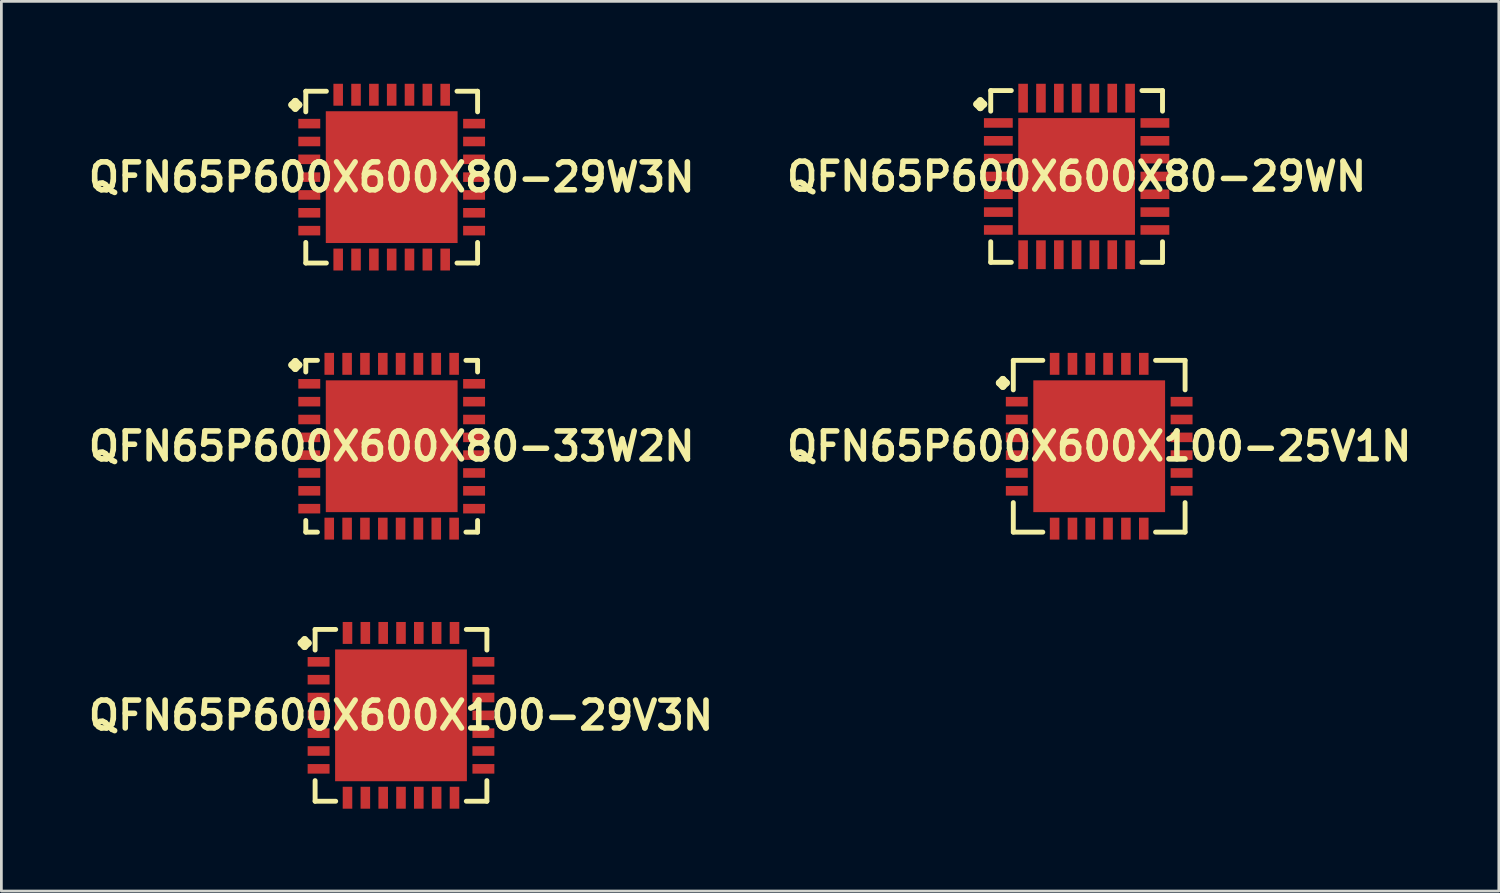
<source format=kicad_pcb>
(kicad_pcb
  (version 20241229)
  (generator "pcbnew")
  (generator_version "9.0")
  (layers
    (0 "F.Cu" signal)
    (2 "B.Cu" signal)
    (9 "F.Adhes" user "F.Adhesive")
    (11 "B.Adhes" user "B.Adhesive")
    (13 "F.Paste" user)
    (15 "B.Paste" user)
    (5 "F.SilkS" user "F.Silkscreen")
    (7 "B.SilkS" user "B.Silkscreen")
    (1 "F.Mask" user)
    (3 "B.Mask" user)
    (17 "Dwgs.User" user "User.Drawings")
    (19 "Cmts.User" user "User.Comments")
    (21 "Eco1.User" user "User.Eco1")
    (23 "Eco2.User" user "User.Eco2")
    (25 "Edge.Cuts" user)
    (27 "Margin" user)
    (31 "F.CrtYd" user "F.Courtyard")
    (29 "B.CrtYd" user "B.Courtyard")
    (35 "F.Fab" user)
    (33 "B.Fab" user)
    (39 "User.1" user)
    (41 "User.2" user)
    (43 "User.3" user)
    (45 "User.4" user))
  (footprint "QFN65P600X600X80-29W3N"
    (layer "F.Cu")
    (at 11.21 3.399)
    (property "Reference" "QFN65P600X600X80-29W3N" (at 0 0 0) (layer "F.SilkS") (effects (font (size 1.016 1.016) (thickness 0.203))))
    (attr smd)
    (fp_line (start -3.635 -2.631) (end -3.508 -2.758) (stroke (width 0.254) (type solid)) (layer "F.SilkS"))
    (fp_line (start -3.508 -2.758) (end -3.381 -2.631) (stroke (width 0.254) (type solid)) (layer "F.SilkS"))
    (fp_line (start -3.508 -2.504) (end -3.635 -2.631) (stroke (width 0.254) (type solid)) (layer "F.SilkS"))
    (fp_line (start -3.381 -2.631) (end -3.508 -2.504) (stroke (width 0.254) (type solid)) (layer "F.SilkS"))
    (fp_line (start -3.127 -3.127) (end -2.377 -3.127) (stroke (width 0.178) (type solid)) (layer "F.SilkS"))
    (fp_line (start -3.127 -2.377) (end -3.127 -3.127) (stroke (width 0.178) (type solid)) (layer "F.SilkS"))
    (fp_line (start -3.127 2.377) (end -3.127 3.127) (stroke (width 0.178) (type solid)) (layer "F.SilkS"))
    (fp_line (start -3.127 3.127) (end -2.377 3.127) (stroke (width 0.178) (type solid)) (layer "F.SilkS"))
    (fp_line (start 2.377 -3.127) (end 3.127 -3.127) (stroke (width 0.178) (type solid)) (layer "F.SilkS"))
    (fp_line (start 2.377 3.127) (end 3.127 3.127) (stroke (width 0.178) (type solid)) (layer "F.SilkS"))
    (fp_line (start 3.127 -3.127) (end 3.127 -2.377) (stroke (width 0.178) (type solid)) (layer "F.SilkS"))
    (fp_line (start 3.127 3.127) (end 3.127 2.377) (stroke (width 0.178) (type solid)) (layer "F.SilkS"))
    (pad "1" smd rect (at -3 -1.948) (size 0.798 0.348) (layers "F.Cu" "F.Mask" "F.Paste"))
    (pad "2" smd rect (at -3 -1.298) (size 0.798 0.348) (layers "F.Cu" "F.Mask" "F.Paste"))
    (pad "3" smd rect (at -3 -0.648) (size 0.798 0.348) (layers "F.Cu" "F.Mask" "F.Paste"))
    (pad "4" smd rect (at -3 0) (size 0.798 0.348) (layers "F.Cu" "F.Mask" "F.Paste"))
    (pad "5" smd rect (at -3 0.648) (size 0.798 0.348) (layers "F.Cu" "F.Mask" "F.Paste"))
    (pad "6" smd rect (at -3 1.298) (size 0.798 0.348) (layers "F.Cu" "F.Mask" "F.Paste"))
    (pad "7" smd rect (at -3 1.948) (size 0.798 0.348) (layers "F.Cu" "F.Mask" "F.Paste"))
    (pad "8" smd rect (at -1.948 3) (size 0.348 0.798) (layers "F.Cu" "F.Mask" "F.Paste"))
    (pad "9" smd rect (at -1.298 3) (size 0.348 0.798) (layers "F.Cu" "F.Mask" "F.Paste"))
    (pad "10" smd rect (at -0.648 3) (size 0.348 0.798) (layers "F.Cu" "F.Mask" "F.Paste"))
    (pad "11" smd rect (at 0 3) (size 0.348 0.798) (layers "F.Cu" "F.Mask" "F.Paste"))
    (pad "12" smd rect (at 0.648 3) (size 0.348 0.798) (layers "F.Cu" "F.Mask" "F.Paste"))
    (pad "13" smd rect (at 1.298 3) (size 0.348 0.798) (layers "F.Cu" "F.Mask" "F.Paste"))
    (pad "14" smd rect (at 1.948 3) (size 0.348 0.798) (layers "F.Cu" "F.Mask" "F.Paste"))
    (pad "15" smd rect (at 3 1.948) (size 0.798 0.348) (layers "F.Cu" "F.Mask" "F.Paste"))
    (pad "16" smd rect (at 3 1.298) (size 0.798 0.348) (layers "F.Cu" "F.Mask" "F.Paste"))
    (pad "17" smd rect (at 3 0.648) (size 0.798 0.348) (layers "F.Cu" "F.Mask" "F.Paste"))
    (pad "18" smd rect (at 3 0) (size 0.798 0.348) (layers "F.Cu" "F.Mask" "F.Paste"))
    (pad "19" smd rect (at 3 -0.648) (size 0.798 0.348) (layers "F.Cu" "F.Mask" "F.Paste"))
    (pad "20" smd rect (at 3 -1.298) (size 0.798 0.348) (layers "F.Cu" "F.Mask" "F.Paste"))
    (pad "21" smd rect (at 3 -1.948) (size 0.798 0.348) (layers "F.Cu" "F.Mask" "F.Paste"))
    (pad "22" smd rect (at 1.948 -3) (size 0.348 0.798) (layers "F.Cu" "F.Mask" "F.Paste"))
    (pad "23" smd rect (at 1.298 -3) (size 0.348 0.798) (layers "F.Cu" "F.Mask" "F.Paste"))
    (pad "24" smd rect (at 0.648 -3) (size 0.348 0.798) (layers "F.Cu" "F.Mask" "F.Paste"))
    (pad "25" smd rect (at 0 -3) (size 0.348 0.798) (layers "F.Cu" "F.Mask" "F.Paste"))
    (pad "26" smd rect (at -0.648 -3) (size 0.348 0.798) (layers "F.Cu" "F.Mask" "F.Paste"))
    (pad "27" smd rect (at -1.298 -3) (size 0.348 0.798) (layers "F.Cu" "F.Mask" "F.Paste"))
    (pad "28" smd rect (at -1.948 -3) (size 0.348 0.798) (layers "F.Cu" "F.Mask" "F.Paste"))
    (pad "29" smd rect (at 0 0) (size 4.798 4.798) (layers "F.Cu" "F.Mask" "F.Paste")))
  (footprint "QFN65P600X600X80-33W2N"
    (layer "F.Cu")
    (at 11.21 13.196)
    (property "Reference" "QFN65P600X600X80-33W2N" (at 0 0 0) (layer "F.SilkS") (effects (font (size 1.016 1.016) (thickness 0.203))))
    (attr smd)
    (fp_line (start -3.635 -2.957) (end -3.508 -3.084) (stroke (width 0.254) (type solid)) (layer "F.SilkS"))
    (fp_line (start -3.508 -3.084) (end -3.381 -2.957) (stroke (width 0.254) (type solid)) (layer "F.SilkS"))
    (fp_line (start -3.508 -2.83) (end -3.635 -2.957) (stroke (width 0.254) (type solid)) (layer "F.SilkS"))
    (fp_line (start -3.381 -2.957) (end -3.508 -2.83) (stroke (width 0.254) (type solid)) (layer "F.SilkS"))
    (fp_line (start -3.127 -3.127) (end -2.703 -3.127) (stroke (width 0.178) (type solid)) (layer "F.SilkS"))
    (fp_line (start -3.127 -2.703) (end -3.127 -3.127) (stroke (width 0.178) (type solid)) (layer "F.SilkS"))
    (fp_line (start -3.127 2.703) (end -3.127 3.127) (stroke (width 0.178) (type solid)) (layer "F.SilkS"))
    (fp_line (start -3.127 3.127) (end -2.703 3.127) (stroke (width 0.178) (type solid)) (layer "F.SilkS"))
    (fp_line (start 2.703 -3.127) (end 3.127 -3.127) (stroke (width 0.178) (type solid)) (layer "F.SilkS"))
    (fp_line (start 2.703 3.127) (end 3.127 3.127) (stroke (width 0.178) (type solid)) (layer "F.SilkS"))
    (fp_line (start 3.127 -3.127) (end 3.127 -2.703) (stroke (width 0.178) (type solid)) (layer "F.SilkS"))
    (fp_line (start 3.127 3.127) (end 3.127 2.703) (stroke (width 0.178) (type solid)) (layer "F.SilkS"))
    (pad "1" smd rect (at -3 -2.273) (size 0.798 0.348) (layers "F.Cu" "F.Mask" "F.Paste"))
    (pad "2" smd rect (at -3 -1.623) (size 0.798 0.348) (layers "F.Cu" "F.Mask" "F.Paste"))
    (pad "3" smd rect (at -3 -0.973) (size 0.798 0.348) (layers "F.Cu" "F.Mask" "F.Paste"))
    (pad "4" smd rect (at -3 -0.323) (size 0.798 0.348) (layers "F.Cu" "F.Mask" "F.Paste"))
    (pad "5" smd rect (at -3 0.323) (size 0.798 0.348) (layers "F.Cu" "F.Mask" "F.Paste"))
    (pad "6" smd rect (at -3 0.973) (size 0.798 0.348) (layers "F.Cu" "F.Mask" "F.Paste"))
    (pad "7" smd rect (at -3 1.623) (size 0.798 0.348) (layers "F.Cu" "F.Mask" "F.Paste"))
    (pad "8" smd rect (at -3 2.273) (size 0.798 0.348) (layers "F.Cu" "F.Mask" "F.Paste"))
    (pad "9" smd rect (at -2.273 3) (size 0.348 0.798) (layers "F.Cu" "F.Mask" "F.Paste"))
    (pad "10" smd rect (at -1.623 3) (size 0.348 0.798) (layers "F.Cu" "F.Mask" "F.Paste"))
    (pad "11" smd rect (at -0.973 3) (size 0.348 0.798) (layers "F.Cu" "F.Mask" "F.Paste"))
    (pad "12" smd rect (at -0.323 3) (size 0.348 0.798) (layers "F.Cu" "F.Mask" "F.Paste"))
    (pad "13" smd rect (at 0.323 3) (size 0.348 0.798) (layers "F.Cu" "F.Mask" "F.Paste"))
    (pad "14" smd rect (at 0.973 3) (size 0.348 0.798) (layers "F.Cu" "F.Mask" "F.Paste"))
    (pad "15" smd rect (at 1.623 3) (size 0.348 0.798) (layers "F.Cu" "F.Mask" "F.Paste"))
    (pad "16" smd rect (at 2.273 3) (size 0.348 0.798) (layers "F.Cu" "F.Mask" "F.Paste"))
    (pad "17" smd rect (at 3 2.273) (size 0.798 0.348) (layers "F.Cu" "F.Mask" "F.Paste"))
    (pad "18" smd rect (at 3 1.623) (size 0.798 0.348) (layers "F.Cu" "F.Mask" "F.Paste"))
    (pad "19" smd rect (at 3 0.973) (size 0.798 0.348) (layers "F.Cu" "F.Mask" "F.Paste"))
    (pad "20" smd rect (at 3 0.323) (size 0.798 0.348) (layers "F.Cu" "F.Mask" "F.Paste"))
    (pad "21" smd rect (at 3 -0.323) (size 0.798 0.348) (layers "F.Cu" "F.Mask" "F.Paste"))
    (pad "22" smd rect (at 3 -0.973) (size 0.798 0.348) (layers "F.Cu" "F.Mask" "F.Paste"))
    (pad "23" smd rect (at 3 -1.623) (size 0.798 0.348) (layers "F.Cu" "F.Mask" "F.Paste"))
    (pad "24" smd rect (at 3 -2.273) (size 0.798 0.348) (layers "F.Cu" "F.Mask" "F.Paste"))
    (pad "25" smd rect (at 2.273 -3) (size 0.348 0.798) (layers "F.Cu" "F.Mask" "F.Paste"))
    (pad "26" smd rect (at 1.623 -3) (size 0.348 0.798) (layers "F.Cu" "F.Mask" "F.Paste"))
    (pad "27" smd rect (at 0.973 -3) (size 0.348 0.798) (layers "F.Cu" "F.Mask" "F.Paste"))
    (pad "28" smd rect (at 0.323 -3) (size 0.348 0.798) (layers "F.Cu" "F.Mask" "F.Paste"))
    (pad "29" smd rect (at -0.323 -3) (size 0.348 0.798) (layers "F.Cu" "F.Mask" "F.Paste"))
    (pad "30" smd rect (at -0.973 -3) (size 0.348 0.798) (layers "F.Cu" "F.Mask" "F.Paste"))
    (pad "31" smd rect (at -1.623 -3) (size 0.348 0.798) (layers "F.Cu" "F.Mask" "F.Paste"))
    (pad "32" smd rect (at -2.273 -3) (size 0.348 0.798) (layers "F.Cu" "F.Mask" "F.Paste"))
    (pad "33" smd rect (at 0 0) (size 4.798 4.798) (layers "F.Cu" "F.Mask" "F.Paste")))
  (footprint "QFN65P600X600X80-29WN"
    (layer "F.Cu")
    (at 36.146 3.374)
    (property "Reference" "QFN65P600X600X80-29WN" (at 0 0 0) (layer "F.SilkS") (effects (font (size 1.016 1.016) (thickness 0.203))))
    (attr smd)
    (fp_line (start -3.635 -2.631) (end -3.508 -2.758) (stroke (width 0.254) (type solid)) (layer "F.SilkS"))
    (fp_line (start -3.508 -2.758) (end -3.381 -2.631) (stroke (width 0.254) (type solid)) (layer "F.SilkS"))
    (fp_line (start -3.508 -2.504) (end -3.635 -2.631) (stroke (width 0.254) (type solid)) (layer "F.SilkS"))
    (fp_line (start -3.381 -2.631) (end -3.508 -2.504) (stroke (width 0.254) (type solid)) (layer "F.SilkS"))
    (fp_line (start -3.127 -3.127) (end -2.377 -3.127) (stroke (width 0.178) (type solid)) (layer "F.SilkS"))
    (fp_line (start -3.127 -2.377) (end -3.127 -3.127) (stroke (width 0.178) (type solid)) (layer "F.SilkS"))
    (fp_line (start -3.127 2.377) (end -3.127 3.127) (stroke (width 0.178) (type solid)) (layer "F.SilkS"))
    (fp_line (start -3.127 3.127) (end -2.377 3.127) (stroke (width 0.178) (type solid)) (layer "F.SilkS"))
    (fp_line (start 2.377 -3.127) (end 3.127 -3.127) (stroke (width 0.178) (type solid)) (layer "F.SilkS"))
    (fp_line (start 2.377 3.127) (end 3.127 3.127) (stroke (width 0.178) (type solid)) (layer "F.SilkS"))
    (fp_line (start 3.127 -3.127) (end 3.127 -2.377) (stroke (width 0.178) (type solid)) (layer "F.SilkS"))
    (fp_line (start 3.127 3.127) (end 3.127 2.377) (stroke (width 0.178) (type solid)) (layer "F.SilkS"))
    (pad "1" smd rect (at -2.85 -1.948) (size 1.049 0.348) (layers "F.Cu" "F.Mask" "F.Paste"))
    (pad "2" smd rect (at -2.85 -1.298) (size 1.049 0.348) (layers "F.Cu" "F.Mask" "F.Paste"))
    (pad "3" smd rect (at -2.85 -0.648) (size 1.049 0.348) (layers "F.Cu" "F.Mask" "F.Paste"))
    (pad "4" smd rect (at -2.85 0) (size 1.049 0.348) (layers "F.Cu" "F.Mask" "F.Paste"))
    (pad "5" smd rect (at -2.85 0.648) (size 1.049 0.348) (layers "F.Cu" "F.Mask" "F.Paste"))
    (pad "6" smd rect (at -2.85 1.298) (size 1.049 0.348) (layers "F.Cu" "F.Mask" "F.Paste"))
    (pad "7" smd rect (at -2.85 1.948) (size 1.049 0.348) (layers "F.Cu" "F.Mask" "F.Paste"))
    (pad "8" smd rect (at -1.948 2.85) (size 0.348 1.049) (layers "F.Cu" "F.Mask" "F.Paste"))
    (pad "9" smd rect (at -1.298 2.85) (size 0.348 1.049) (layers "F.Cu" "F.Mask" "F.Paste"))
    (pad "10" smd rect (at -0.648 2.85) (size 0.348 1.049) (layers "F.Cu" "F.Mask" "F.Paste"))
    (pad "11" smd rect (at 0 2.85) (size 0.348 1.049) (layers "F.Cu" "F.Mask" "F.Paste"))
    (pad "12" smd rect (at 0.648 2.85) (size 0.348 1.049) (layers "F.Cu" "F.Mask" "F.Paste"))
    (pad "13" smd rect (at 1.298 2.85) (size 0.348 1.049) (layers "F.Cu" "F.Mask" "F.Paste"))
    (pad "14" smd rect (at 1.948 2.85) (size 0.348 1.049) (layers "F.Cu" "F.Mask" "F.Paste"))
    (pad "15" smd rect (at 2.85 1.948) (size 1.049 0.348) (layers "F.Cu" "F.Mask" "F.Paste"))
    (pad "16" smd rect (at 2.85 1.298) (size 1.049 0.348) (layers "F.Cu" "F.Mask" "F.Paste"))
    (pad "17" smd rect (at 2.85 0.648) (size 1.049 0.348) (layers "F.Cu" "F.Mask" "F.Paste"))
    (pad "18" smd rect (at 2.85 0) (size 1.049 0.348) (layers "F.Cu" "F.Mask" "F.Paste"))
    (pad "19" smd rect (at 2.85 -0.648) (size 1.049 0.348) (layers "F.Cu" "F.Mask" "F.Paste"))
    (pad "20" smd rect (at 2.85 -1.298) (size 1.049 0.348) (layers "F.Cu" "F.Mask" "F.Paste"))
    (pad "21" smd rect (at 2.85 -1.948) (size 1.049 0.348) (layers "F.Cu" "F.Mask" "F.Paste"))
    (pad "22" smd rect (at 1.948 -2.85) (size 0.348 1.049) (layers "F.Cu" "F.Mask" "F.Paste"))
    (pad "23" smd rect (at 1.298 -2.85) (size 0.348 1.049) (layers "F.Cu" "F.Mask" "F.Paste"))
    (pad "24" smd rect (at 0.648 -2.85) (size 0.348 1.049) (layers "F.Cu" "F.Mask" "F.Paste"))
    (pad "25" smd rect (at 0 -2.85) (size 0.348 1.049) (layers "F.Cu" "F.Mask" "F.Paste"))
    (pad "26" smd rect (at -0.648 -2.85) (size 0.348 1.049) (layers "F.Cu" "F.Mask" "F.Paste"))
    (pad "27" smd rect (at -1.298 -2.85) (size 0.348 1.049) (layers "F.Cu" "F.Mask" "F.Paste"))
    (pad "28" smd rect (at -1.948 -2.85) (size 0.348 1.049) (layers "F.Cu" "F.Mask" "F.Paste"))
    (pad "29" smd rect (at 0 0) (size 4.249 4.249) (layers "F.Cu" "F.Mask" "F.Paste")))
  (footprint "QFN65P600X600X100-25V1N"
    (layer "F.Cu")
    (at 36.968 13.196)
    (property "Reference" "QFN65P600X600X100-25V1N" (at 0 0 0) (layer "F.SilkS") (effects (font (size 1.016 1.016) (thickness 0.203))))
    (attr smd)
    (fp_line (start -3.635 -2.306) (end -3.508 -2.433) (stroke (width 0.254) (type solid)) (layer "F.SilkS"))
    (fp_line (start -3.508 -2.433) (end -3.381 -2.306) (stroke (width 0.254) (type solid)) (layer "F.SilkS"))
    (fp_line (start -3.508 -2.179) (end -3.635 -2.306) (stroke (width 0.254) (type solid)) (layer "F.SilkS"))
    (fp_line (start -3.381 -2.306) (end -3.508 -2.179) (stroke (width 0.254) (type solid)) (layer "F.SilkS"))
    (fp_line (start -3.127 -3.127) (end -2.052 -3.127) (stroke (width 0.178) (type solid)) (layer "F.SilkS"))
    (fp_line (start -3.127 -2.052) (end -3.127 -3.127) (stroke (width 0.178) (type solid)) (layer "F.SilkS"))
    (fp_line (start -3.127 2.052) (end -3.127 3.127) (stroke (width 0.178) (type solid)) (layer "F.SilkS"))
    (fp_line (start -3.127 3.127) (end -2.052 3.127) (stroke (width 0.178) (type solid)) (layer "F.SilkS"))
    (fp_line (start 2.052 -3.127) (end 3.127 -3.127) (stroke (width 0.178) (type solid)) (layer "F.SilkS"))
    (fp_line (start 2.052 3.127) (end 3.127 3.127) (stroke (width 0.178) (type solid)) (layer "F.SilkS"))
    (fp_line (start 3.127 -3.127) (end 3.127 -2.052) (stroke (width 0.178) (type solid)) (layer "F.SilkS"))
    (fp_line (start 3.127 3.127) (end 3.127 2.052) (stroke (width 0.178) (type solid)) (layer "F.SilkS"))
    (pad "1" smd rect (at -3 -1.623) (size 0.798 0.348) (layers "F.Cu" "F.Mask" "F.Paste"))
    (pad "2" smd rect (at -3 -0.973) (size 0.798 0.348) (layers "F.Cu" "F.Mask" "F.Paste"))
    (pad "3" smd rect (at -3 -0.323) (size 0.798 0.348) (layers "F.Cu" "F.Mask" "F.Paste"))
    (pad "4" smd rect (at -3 0.323) (size 0.798 0.348) (layers "F.Cu" "F.Mask" "F.Paste"))
    (pad "5" smd rect (at -3 0.973) (size 0.798 0.348) (layers "F.Cu" "F.Mask" "F.Paste"))
    (pad "6" smd rect (at -3 1.623) (size 0.798 0.348) (layers "F.Cu" "F.Mask" "F.Paste"))
    (pad "7" smd rect (at -1.623 3) (size 0.348 0.798) (layers "F.Cu" "F.Mask" "F.Paste"))
    (pad "8" smd rect (at -0.973 3) (size 0.348 0.798) (layers "F.Cu" "F.Mask" "F.Paste"))
    (pad "9" smd rect (at -0.323 3) (size 0.348 0.798) (layers "F.Cu" "F.Mask" "F.Paste"))
    (pad "10" smd rect (at 0.323 3) (size 0.348 0.798) (layers "F.Cu" "F.Mask" "F.Paste"))
    (pad "11" smd rect (at 0.973 3) (size 0.348 0.798) (layers "F.Cu" "F.Mask" "F.Paste"))
    (pad "12" smd rect (at 1.623 3) (size 0.348 0.798) (layers "F.Cu" "F.Mask" "F.Paste"))
    (pad "13" smd rect (at 3 1.623) (size 0.798 0.348) (layers "F.Cu" "F.Mask" "F.Paste"))
    (pad "14" smd rect (at 3 0.973) (size 0.798 0.348) (layers "F.Cu" "F.Mask" "F.Paste"))
    (pad "15" smd rect (at 3 0.323) (size 0.798 0.348) (layers "F.Cu" "F.Mask" "F.Paste"))
    (pad "16" smd rect (at 3 -0.323) (size 0.798 0.348) (layers "F.Cu" "F.Mask" "F.Paste"))
    (pad "17" smd rect (at 3 -0.973) (size 0.798 0.348) (layers "F.Cu" "F.Mask" "F.Paste"))
    (pad "18" smd rect (at 3 -1.623) (size 0.798 0.348) (layers "F.Cu" "F.Mask" "F.Paste"))
    (pad "19" smd rect (at 1.623 -3) (size 0.348 0.798) (layers "F.Cu" "F.Mask" "F.Paste"))
    (pad "20" smd rect (at 0.973 -3) (size 0.348 0.798) (layers "F.Cu" "F.Mask" "F.Paste"))
    (pad "21" smd rect (at 0.323 -3) (size 0.348 0.798) (layers "F.Cu" "F.Mask" "F.Paste"))
    (pad "22" smd rect (at -0.323 -3) (size 0.348 0.798) (layers "F.Cu" "F.Mask" "F.Paste"))
    (pad "23" smd rect (at -0.973 -3) (size 0.348 0.798) (layers "F.Cu" "F.Mask" "F.Paste"))
    (pad "24" smd rect (at -1.623 -3) (size 0.348 0.798) (layers "F.Cu" "F.Mask" "F.Paste"))
    (pad "25" smd rect (at 0 0) (size 4.798 4.798) (layers "F.Cu" "F.Mask" "F.Paste")))
  (footprint "QFN65P600X600X100-29V3N"
    (layer "F.Cu")
    (at 11.549 22.993)
    (property "Reference" "QFN65P600X600X100-29V3N" (at 0 0 0) (layer "F.SilkS") (effects (font (size 1.016 1.016) (thickness 0.203))))
    (attr smd)
    (fp_line (start -3.635 -2.631) (end -3.508 -2.758) (stroke (width 0.254) (type solid)) (layer "F.SilkS"))
    (fp_line (start -3.508 -2.758) (end -3.381 -2.631) (stroke (width 0.254) (type solid)) (layer "F.SilkS"))
    (fp_line (start -3.508 -2.504) (end -3.635 -2.631) (stroke (width 0.254) (type solid)) (layer "F.SilkS"))
    (fp_line (start -3.381 -2.631) (end -3.508 -2.504) (stroke (width 0.254) (type solid)) (layer "F.SilkS"))
    (fp_line (start -3.127 -3.127) (end -2.377 -3.127) (stroke (width 0.178) (type solid)) (layer "F.SilkS"))
    (fp_line (start -3.127 -2.377) (end -3.127 -3.127) (stroke (width 0.178) (type solid)) (layer "F.SilkS"))
    (fp_line (start -3.127 2.377) (end -3.127 3.127) (stroke (width 0.178) (type solid)) (layer "F.SilkS"))
    (fp_line (start -3.127 3.127) (end -2.377 3.127) (stroke (width 0.178) (type solid)) (layer "F.SilkS"))
    (fp_line (start 2.377 -3.127) (end 3.127 -3.127) (stroke (width 0.178) (type solid)) (layer "F.SilkS"))
    (fp_line (start 2.377 3.127) (end 3.127 3.127) (stroke (width 0.178) (type solid)) (layer "F.SilkS"))
    (fp_line (start 3.127 -3.127) (end 3.127 -2.377) (stroke (width 0.178) (type solid)) (layer "F.SilkS"))
    (fp_line (start 3.127 3.127) (end 3.127 2.377) (stroke (width 0.178) (type solid)) (layer "F.SilkS"))
    (pad "1" smd rect (at -3 -1.948) (size 0.798 0.348) (layers "F.Cu" "F.Mask" "F.Paste"))
    (pad "2" smd rect (at -3 -1.298) (size 0.798 0.348) (layers "F.Cu" "F.Mask" "F.Paste"))
    (pad "3" smd rect (at -3 -0.648) (size 0.798 0.348) (layers "F.Cu" "F.Mask" "F.Paste"))
    (pad "4" smd rect (at -3 0) (size 0.798 0.348) (layers "F.Cu" "F.Mask" "F.Paste"))
    (pad "5" smd rect (at -3 0.648) (size 0.798 0.348) (layers "F.Cu" "F.Mask" "F.Paste"))
    (pad "6" smd rect (at -3 1.298) (size 0.798 0.348) (layers "F.Cu" "F.Mask" "F.Paste"))
    (pad "7" smd rect (at -3 1.948) (size 0.798 0.348) (layers "F.Cu" "F.Mask" "F.Paste"))
    (pad "8" smd rect (at -1.948 3) (size 0.348 0.798) (layers "F.Cu" "F.Mask" "F.Paste"))
    (pad "9" smd rect (at -1.298 3) (size 0.348 0.798) (layers "F.Cu" "F.Mask" "F.Paste"))
    (pad "10" smd rect (at -0.648 3) (size 0.348 0.798) (layers "F.Cu" "F.Mask" "F.Paste"))
    (pad "11" smd rect (at 0 3) (size 0.348 0.798) (layers "F.Cu" "F.Mask" "F.Paste"))
    (pad "12" smd rect (at 0.648 3) (size 0.348 0.798) (layers "F.Cu" "F.Mask" "F.Paste"))
    (pad "13" smd rect (at 1.298 3) (size 0.348 0.798) (layers "F.Cu" "F.Mask" "F.Paste"))
    (pad "14" smd rect (at 1.948 3) (size 0.348 0.798) (layers "F.Cu" "F.Mask" "F.Paste"))
    (pad "15" smd rect (at 3 1.948) (size 0.798 0.348) (layers "F.Cu" "F.Mask" "F.Paste"))
    (pad "16" smd rect (at 3 1.298) (size 0.798 0.348) (layers "F.Cu" "F.Mask" "F.Paste"))
    (pad "17" smd rect (at 3 0.648) (size 0.798 0.348) (layers "F.Cu" "F.Mask" "F.Paste"))
    (pad "18" smd rect (at 3 0) (size 0.798 0.348) (layers "F.Cu" "F.Mask" "F.Paste"))
    (pad "19" smd rect (at 3 -0.648) (size 0.798 0.348) (layers "F.Cu" "F.Mask" "F.Paste"))
    (pad "20" smd rect (at 3 -1.298) (size 0.798 0.348) (layers "F.Cu" "F.Mask" "F.Paste"))
    (pad "21" smd rect (at 3 -1.948) (size 0.798 0.348) (layers "F.Cu" "F.Mask" "F.Paste"))
    (pad "22" smd rect (at 1.948 -3) (size 0.348 0.798) (layers "F.Cu" "F.Mask" "F.Paste"))
    (pad "23" smd rect (at 1.298 -3) (size 0.348 0.798) (layers "F.Cu" "F.Mask" "F.Paste"))
    (pad "24" smd rect (at 0.648 -3) (size 0.348 0.798) (layers "F.Cu" "F.Mask" "F.Paste"))
    (pad "25" smd rect (at 0 -3) (size 0.348 0.798) (layers "F.Cu" "F.Mask" "F.Paste"))
    (pad "26" smd rect (at -0.648 -3) (size 0.348 0.798) (layers "F.Cu" "F.Mask" "F.Paste"))
    (pad "27" smd rect (at -1.298 -3) (size 0.348 0.798) (layers "F.Cu" "F.Mask" "F.Paste"))
    (pad "28" smd rect (at -1.948 -3) (size 0.348 0.798) (layers "F.Cu" "F.Mask" "F.Paste"))
    (pad "29" smd rect (at 0 0) (size 4.798 4.798) (layers "F.Cu" "F.Mask" "F.Paste")))
  (gr_rect
    (start -3 -3)
    (end 51.517 29.391)
    (stroke (width 0.1) (type default))
    (fill no)
    (layer "Edge.Cuts")))
</source>
